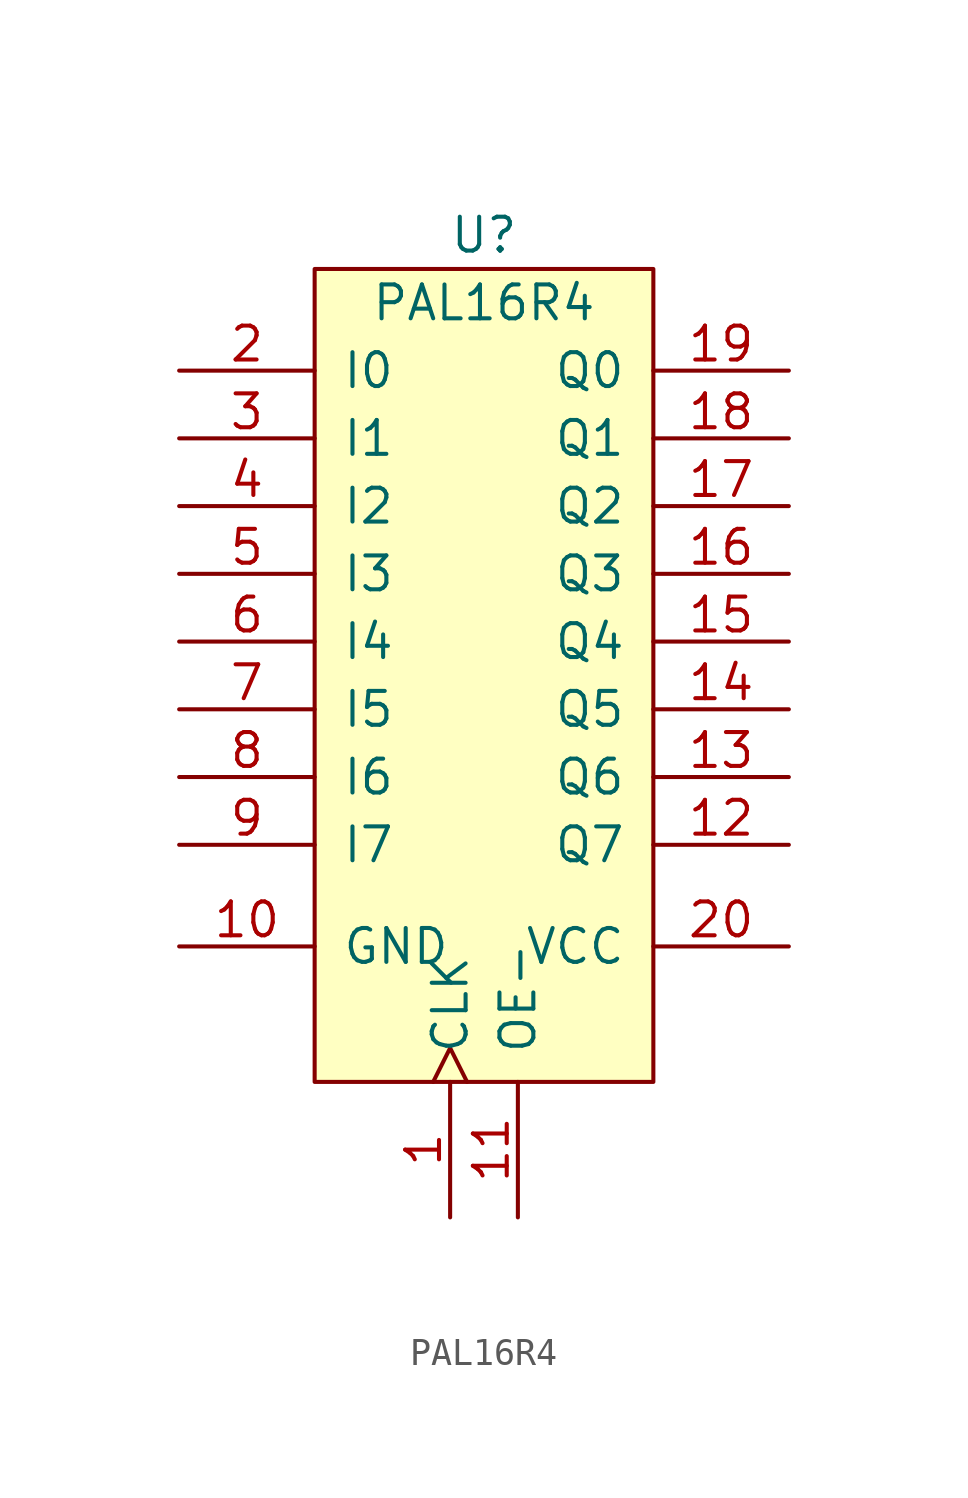
<source format=kicad_sym>
(kicad_symbol_lib
  (version 20231120)
  (generator "kicad_symbol_editor")
  (generator_version "8.0")
  (symbol "PAL16R4"
    (pin_names
      (offset 1.016))
    (property "Reference" "U"
      (at 0 2.54 0)
      (effects (font (size 1.27 1.27))))
    (property "Value" "PAL16R4"
      (at 0 0 0)
      (effects (font (size 1.27 1.27))))
    (symbol "PAL16R4_0_1"
      (rectangle (start -6.35 1.27) (end 6.35 -29.21) (stroke (width 0) (type solid)) (fill (type background))))
    (symbol "PAL16R4_1_1"
      (pin input clock (at -1.27 -34.29 90) (length 5.08) (name "CLK" (effects (font (size 1.27 1.27)))) (number "1" (effects (font (size 1.27 1.27)))))
      (pin power_in line (at -11.43 -24.13 0) (length 5.08) (name "GND" (effects (font (size 1.27 1.27)))) (number "10" (effects (font (size 1.27 1.27)))))
      (pin input line (at 1.27 -34.29 90) (length 5.08) (name "OE-" (effects (font (size 1.27 1.27)))) (number "11" (effects (font (size 1.27 1.27)))))
      (pin output line (at 11.43 -20.32 180) (length 5.08) (name "Q7" (effects (font (size 1.27 1.27)))) (number "12" (effects (font (size 1.27 1.27)))))
      (pin output line (at 11.43 -17.78 180) (length 5.08) (name "Q6" (effects (font (size 1.27 1.27)))) (number "13" (effects (font (size 1.27 1.27)))))
      (pin output line (at 11.43 -15.24 180) (length 5.08) (name "Q5" (effects (font (size 1.27 1.27)))) (number "14" (effects (font (size 1.27 1.27)))))
      (pin output line (at 11.43 -12.7 180) (length 5.08) (name "Q4" (effects (font (size 1.27 1.27)))) (number "15" (effects (font (size 1.27 1.27)))))
      (pin output line (at 11.43 -10.16 180) (length 5.08) (name "Q3" (effects (font (size 1.27 1.27)))) (number "16" (effects (font (size 1.27 1.27)))))
      (pin output line (at 11.43 -7.62 180) (length 5.08) (name "Q2" (effects (font (size 1.27 1.27)))) (number "17" (effects (font (size 1.27 1.27)))))
      (pin output line (at 11.43 -5.08 180) (length 5.08) (name "Q1" (effects (font (size 1.27 1.27)))) (number "18" (effects (font (size 1.27 1.27)))))
      (pin output line (at 11.43 -2.54 180) (length 5.08) (name "Q0" (effects (font (size 1.27 1.27)))) (number "19" (effects (font (size 1.27 1.27)))))
      (pin input line (at -11.43 -2.54 0) (length 5.08) (name "I0" (effects (font (size 1.27 1.27)))) (number "2" (effects (font (size 1.27 1.27)))))
      (pin power_in line (at 11.43 -24.13 180) (length 5.08) (name "VCC" (effects (font (size 1.27 1.27)))) (number "20" (effects (font (size 1.27 1.27)))))
      (pin input line (at -11.43 -5.08 0) (length 5.08) (name "I1" (effects (font (size 1.27 1.27)))) (number "3" (effects (font (size 1.27 1.27)))))
      (pin input line (at -11.43 -7.62 0) (length 5.08) (name "I2" (effects (font (size 1.27 1.27)))) (number "4" (effects (font (size 1.27 1.27)))))
      (pin input line (at -11.43 -10.16 0) (length 5.08) (name "I3" (effects (font (size 1.27 1.27)))) (number "5" (effects (font (size 1.27 1.27)))))
      (pin input line (at -11.43 -12.7 0) (length 5.08) (name "I4" (effects (font (size 1.27 1.27)))) (number "6" (effects (font (size 1.27 1.27)))))
      (pin input line (at -11.43 -15.24 0) (length 5.08) (name "I5" (effects (font (size 1.27 1.27)))) (number "7" (effects (font (size 1.27 1.27)))))
      (pin input line (at -11.43 -17.78 0) (length 5.08) (name "I6" (effects (font (size 1.27 1.27)))) (number "8" (effects (font (size 1.27 1.27)))))
      (pin input line (at -11.43 -20.32 0) (length 5.08) (name "I7" (effects (font (size 1.27 1.27)))) (number "9" (effects (font (size 1.27 1.27))))))))
</source>
